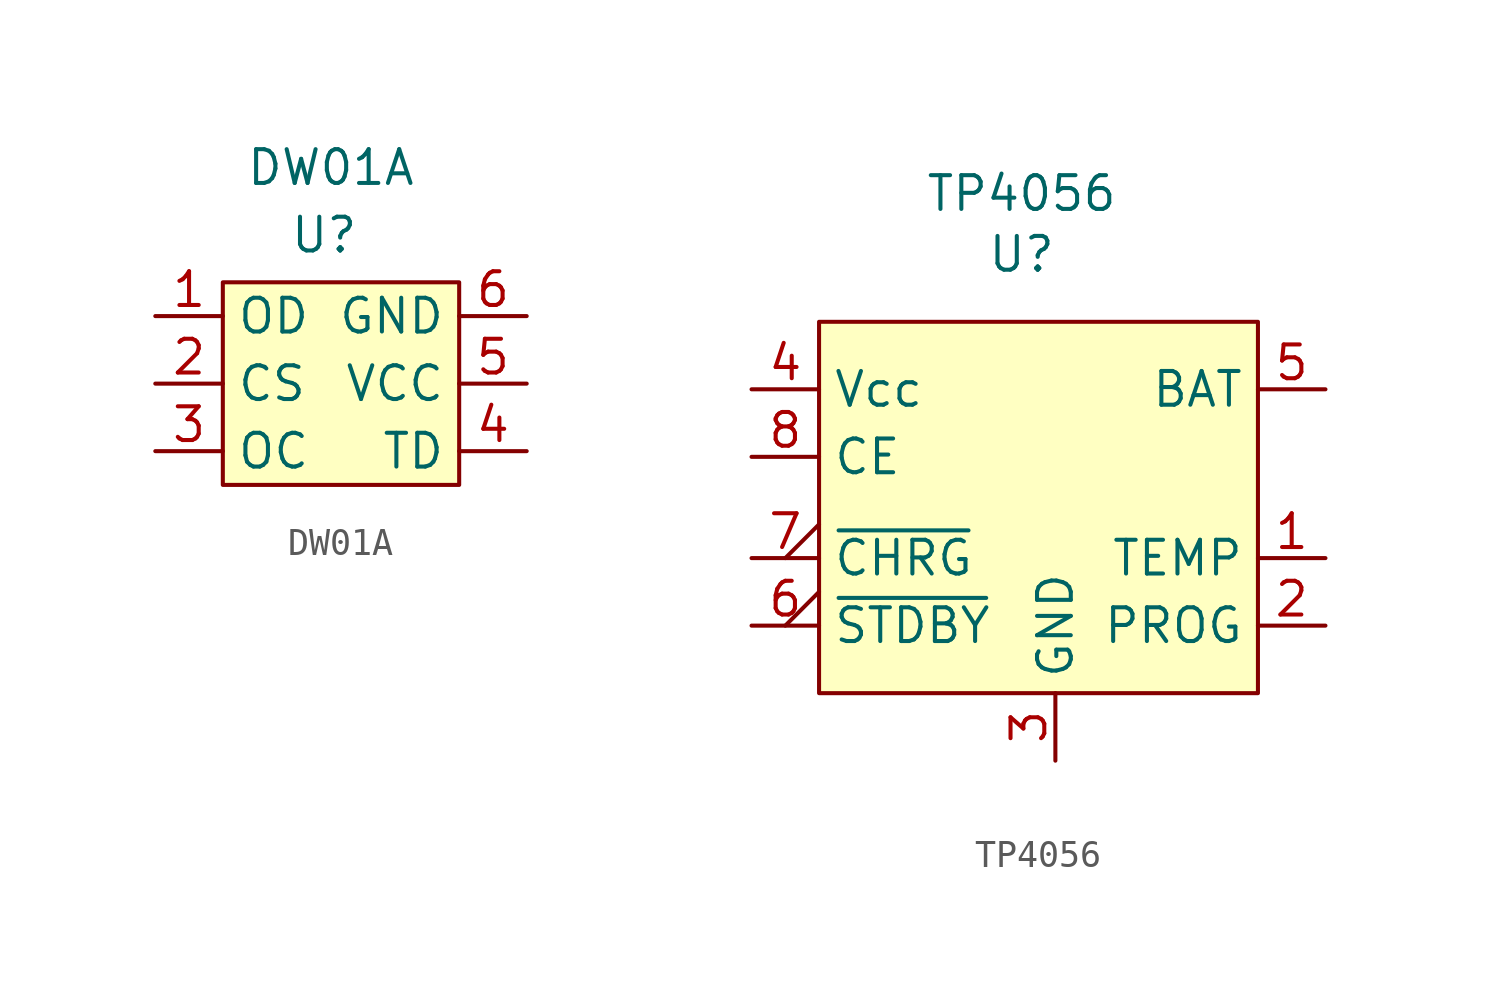
<source format=kicad_sym>
(kicad_symbol_lib
  (version 20241209)
  (generator "kicad_symbol_editor")
  (generator_version "9.0")
  (symbol "DW01A"
    (property "Reference" "U"
      (at 0 -0.762 0)
      (effects (font (size 1.27 1.27))))
    (property "Value" "DW01A"
      (at 0.254 1.778 0)
      (effects (font (size 1.27 1.27))))
    (symbol "DW01A_1_1"
      (rectangle (start -3.81 -2.54) (end 5.08 -10.16) (stroke (width 0) (type default)) (fill (type background)))
      (pin output line (at -6.35 -3.81 0) (length 2.54) (name "OD" (effects (font (size 1.27 1.27)))) (number "1" (effects (font (size 1.27 1.27)))))
      (pin input line (at -6.35 -6.35 0) (length 2.54) (name "CS" (effects (font (size 1.27 1.27)))) (number "2" (effects (font (size 1.27 1.27)))))
      (pin output line (at -6.35 -8.89 0) (length 2.54) (name "OC" (effects (font (size 1.27 1.27)))) (number "3" (effects (font (size 1.27 1.27)))))
      (pin power_in line (at 7.62 -3.81 180) (length 2.54) (name "GND" (effects (font (size 1.27 1.27)))) (number "6" (effects (font (size 1.27 1.27)))))
      (pin power_in line (at 7.62 -6.35 180) (length 2.54) (name "VCC" (effects (font (size 1.27 1.27)))) (number "5" (effects (font (size 1.27 1.27)))))
      (pin input line (at 7.62 -8.89 180) (length 2.54) (name "TD" (effects (font (size 1.27 1.27)))) (number "4" (effects (font (size 1.27 1.27)))))))
  (symbol "TP4056"
    (property "Reference" "U"
      (at 0 0 0)
      (effects (font (size 1.27 1.27))))
    (property "Value" "TP4056"
      (at 0 2.286 0)
      (effects (font (size 1.27 1.27))))
    (symbol "TP4056_1_1"
      (rectangle (start -7.62 -2.54) (end 8.89 -16.51) (stroke (width 0) (type default)) (fill (type background)))
      (pin power_in line (at -10.16 -5.08 0) (length 2.54) (name "Vcc" (effects (font (size 1.27 1.27)))) (number "4" (effects (font (size 1.27 1.27)))))
      (pin input line (at -10.16 -7.62 0) (length 2.54) (name "CE" (effects (font (size 1.27 1.27)))) (number "8" (effects (font (size 1.27 1.27)))))
      (pin output output_low (at -10.16 -11.43 0) (length 2.54) (name "~{CHRG}" (effects (font (size 1.27 1.27)))) (number "7" (effects (font (size 1.27 1.27)))))
      (pin output output_low (at -10.16 -13.97 0) (length 2.54) (name "~{STDBY}" (effects (font (size 1.27 1.27)))) (number "6" (effects (font (size 1.27 1.27)))))
      (pin power_in line (at 1.27 -19.05 90) (length 2.54) (name "GND" (effects (font (size 1.27 1.27)))) (number "3" (effects (font (size 1.27 1.27)))))
      (pin power_in line (at 1.27 -19.05 90) (length 2.54) (hide yes) (name "GND" (effects (font (size 1.27 1.27)))) (number "9" (effects (font (size 1.27 1.27)))))
      (pin power_out line (at 11.43 -5.08 180) (length 2.54) (name "BAT" (effects (font (size 1.27 1.27)))) (number "5" (effects (font (size 1.27 1.27)))))
      (pin input line (at 11.43 -11.43 180) (length 2.54) (name "TEMP" (effects (font (size 1.27 1.27)))) (number "1" (effects (font (size 1.27 1.27)))))
      (pin input line (at 11.43 -13.97 180) (length 2.54) (name "PROG" (effects (font (size 1.27 1.27)))) (number "2" (effects (font (size 1.27 1.27))))))))
</source>
